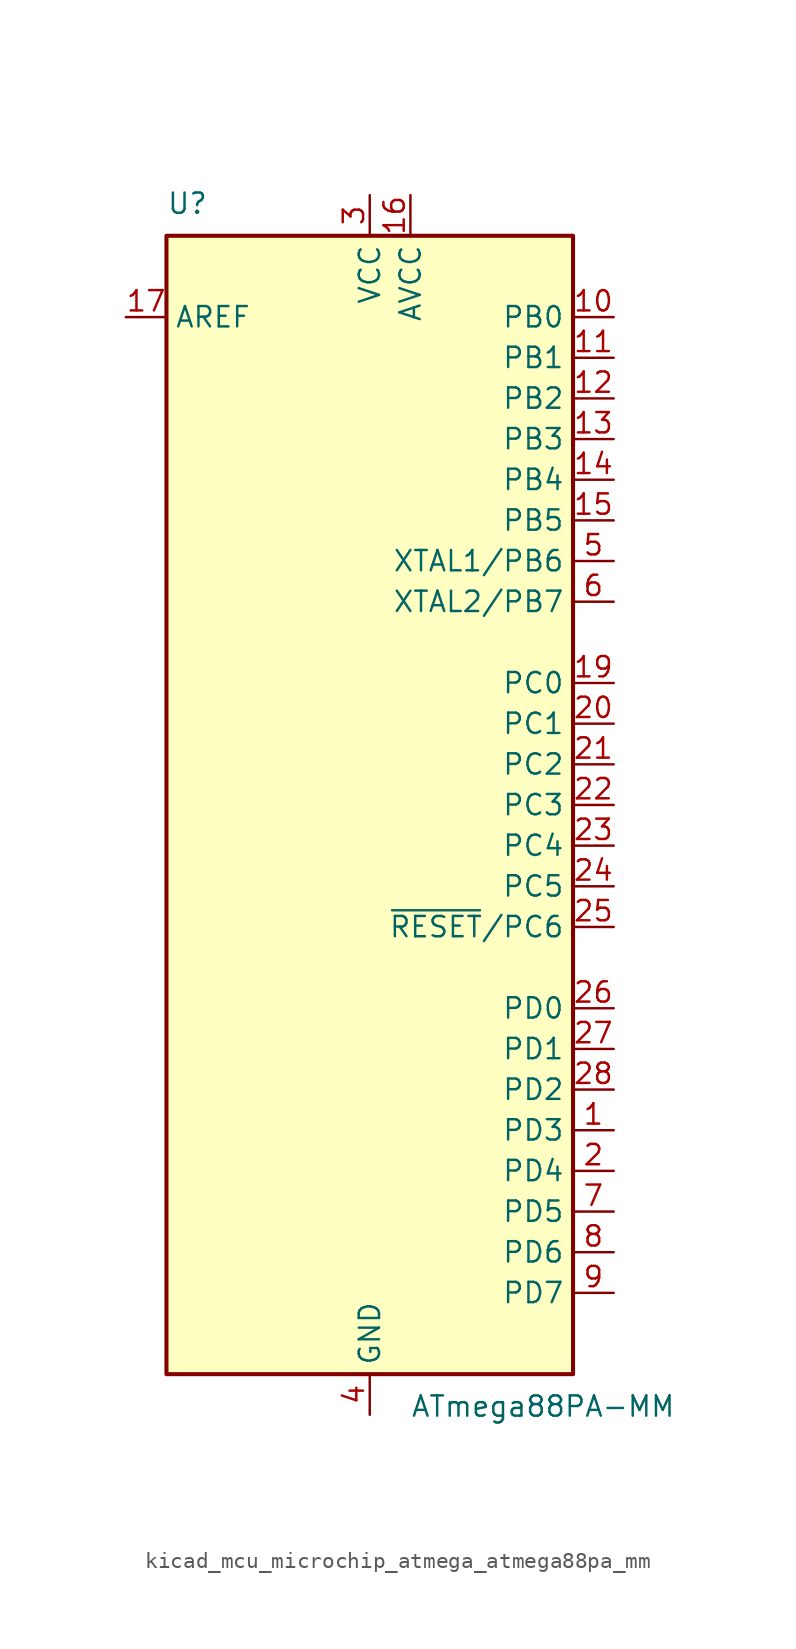
<source format=kicad_sym>
(kicad_symbol_lib
  (version 20220914)
  (generator kicad_symbol_editor)
  (symbol "kicad_mcu_microchip_atmega_atmega88pa_mm"
    (property "Reference" "U"
      (at -12.7 36.83 0)
      (effects (font (size 1.27 1.27)) (justify left bottom)))
    (property "Value" "ATmega88PA-MM"
      (at 2.54 -36.83 0)
      (effects (font (size 1.27 1.27)) (justify left top)))
    (symbol "kicad_mcu_microchip_atmega_atmega88pa_mm_0_1"
      (rectangle (start -12.7 -35.56) (end 12.7 35.56) (stroke (width 0.254) (type default)) (fill (type background))))
    (symbol "kicad_mcu_microchip_atmega_atmega88pa_mm_1_1"
      (pin bidirectional line (at 15.24 -20.32 180) (length 2.54) (name "PD3" (effects (font (size 1.27 1.27)))) (number "1" (effects (font (size 1.27 1.27)))))
      (pin bidirectional line (at 15.24 30.48 180) (length 2.54) (name "PB0" (effects (font (size 1.27 1.27)))) (number "10" (effects (font (size 1.27 1.27)))))
      (pin bidirectional line (at 15.24 27.94 180) (length 2.54) (name "PB1" (effects (font (size 1.27 1.27)))) (number "11" (effects (font (size 1.27 1.27)))))
      (pin bidirectional line (at 15.24 25.4 180) (length 2.54) (name "PB2" (effects (font (size 1.27 1.27)))) (number "12" (effects (font (size 1.27 1.27)))))
      (pin bidirectional line (at 15.24 22.86 180) (length 2.54) (name "PB3" (effects (font (size 1.27 1.27)))) (number "13" (effects (font (size 1.27 1.27)))))
      (pin bidirectional line (at 15.24 20.32 180) (length 2.54) (name "PB4" (effects (font (size 1.27 1.27)))) (number "14" (effects (font (size 1.27 1.27)))))
      (pin bidirectional line (at 15.24 17.78 180) (length 2.54) (name "PB5" (effects (font (size 1.27 1.27)))) (number "15" (effects (font (size 1.27 1.27)))))
      (pin power_in line (at 2.54 38.1 270) (length 2.54) (name "AVCC" (effects (font (size 1.27 1.27)))) (number "16" (effects (font (size 1.27 1.27)))))
      (pin passive line (at -15.24 30.48 0) (length 2.54) (name "AREF" (effects (font (size 1.27 1.27)))) (number "17" (effects (font (size 1.27 1.27)))))
      (pin passive line (at 0 -38.1 90) (length 2.54) hide (name "GND" (effects (font (size 1.27 1.27)))) (number "18" (effects (font (size 1.27 1.27)))))
      (pin bidirectional line (at 15.24 7.62 180) (length 2.54) (name "PC0" (effects (font (size 1.27 1.27)))) (number "19" (effects (font (size 1.27 1.27)))))
      (pin bidirectional line (at 15.24 -22.86 180) (length 2.54) (name "PD4" (effects (font (size 1.27 1.27)))) (number "2" (effects (font (size 1.27 1.27)))))
      (pin bidirectional line (at 15.24 5.08 180) (length 2.54) (name "PC1" (effects (font (size 1.27 1.27)))) (number "20" (effects (font (size 1.27 1.27)))))
      (pin bidirectional line (at 15.24 2.54 180) (length 2.54) (name "PC2" (effects (font (size 1.27 1.27)))) (number "21" (effects (font (size 1.27 1.27)))))
      (pin bidirectional line (at 15.24 0 180) (length 2.54) (name "PC3" (effects (font (size 1.27 1.27)))) (number "22" (effects (font (size 1.27 1.27)))))
      (pin bidirectional line (at 15.24 -2.54 180) (length 2.54) (name "PC4" (effects (font (size 1.27 1.27)))) (number "23" (effects (font (size 1.27 1.27)))))
      (pin bidirectional line (at 15.24 -5.08 180) (length 2.54) (name "PC5" (effects (font (size 1.27 1.27)))) (number "24" (effects (font (size 1.27 1.27)))))
      (pin bidirectional line (at 15.24 -7.62 180) (length 2.54) (name "~{RESET}/PC6" (effects (font (size 1.27 1.27)))) (number "25" (effects (font (size 1.27 1.27)))))
      (pin bidirectional line (at 15.24 -12.7 180) (length 2.54) (name "PD0" (effects (font (size 1.27 1.27)))) (number "26" (effects (font (size 1.27 1.27)))))
      (pin bidirectional line (at 15.24 -15.24 180) (length 2.54) (name "PD1" (effects (font (size 1.27 1.27)))) (number "27" (effects (font (size 1.27 1.27)))))
      (pin bidirectional line (at 15.24 -17.78 180) (length 2.54) (name "PD2" (effects (font (size 1.27 1.27)))) (number "28" (effects (font (size 1.27 1.27)))))
      (pin passive line (at 0 -38.1 90) (length 2.54) hide (name "GND" (effects (font (size 1.27 1.27)))) (number "29" (effects (font (size 1.27 1.27)))))
      (pin power_in line (at 0 38.1 270) (length 2.54) (name "VCC" (effects (font (size 1.27 1.27)))) (number "3" (effects (font (size 1.27 1.27)))))
      (pin power_in line (at 0 -38.1 90) (length 2.54) (name "GND" (effects (font (size 1.27 1.27)))) (number "4" (effects (font (size 1.27 1.27)))))
      (pin bidirectional line (at 15.24 15.24 180) (length 2.54) (name "XTAL1/PB6" (effects (font (size 1.27 1.27)))) (number "5" (effects (font (size 1.27 1.27)))))
      (pin bidirectional line (at 15.24 12.7 180) (length 2.54) (name "XTAL2/PB7" (effects (font (size 1.27 1.27)))) (number "6" (effects (font (size 1.27 1.27)))))
      (pin bidirectional line (at 15.24 -25.4 180) (length 2.54) (name "PD5" (effects (font (size 1.27 1.27)))) (number "7" (effects (font (size 1.27 1.27)))))
      (pin bidirectional line (at 15.24 -27.94 180) (length 2.54) (name "PD6" (effects (font (size 1.27 1.27)))) (number "8" (effects (font (size 1.27 1.27)))))
      (pin bidirectional line (at 15.24 -30.48 180) (length 2.54) (name "PD7" (effects (font (size 1.27 1.27)))) (number "9" (effects (font (size 1.27 1.27))))))))
</source>
